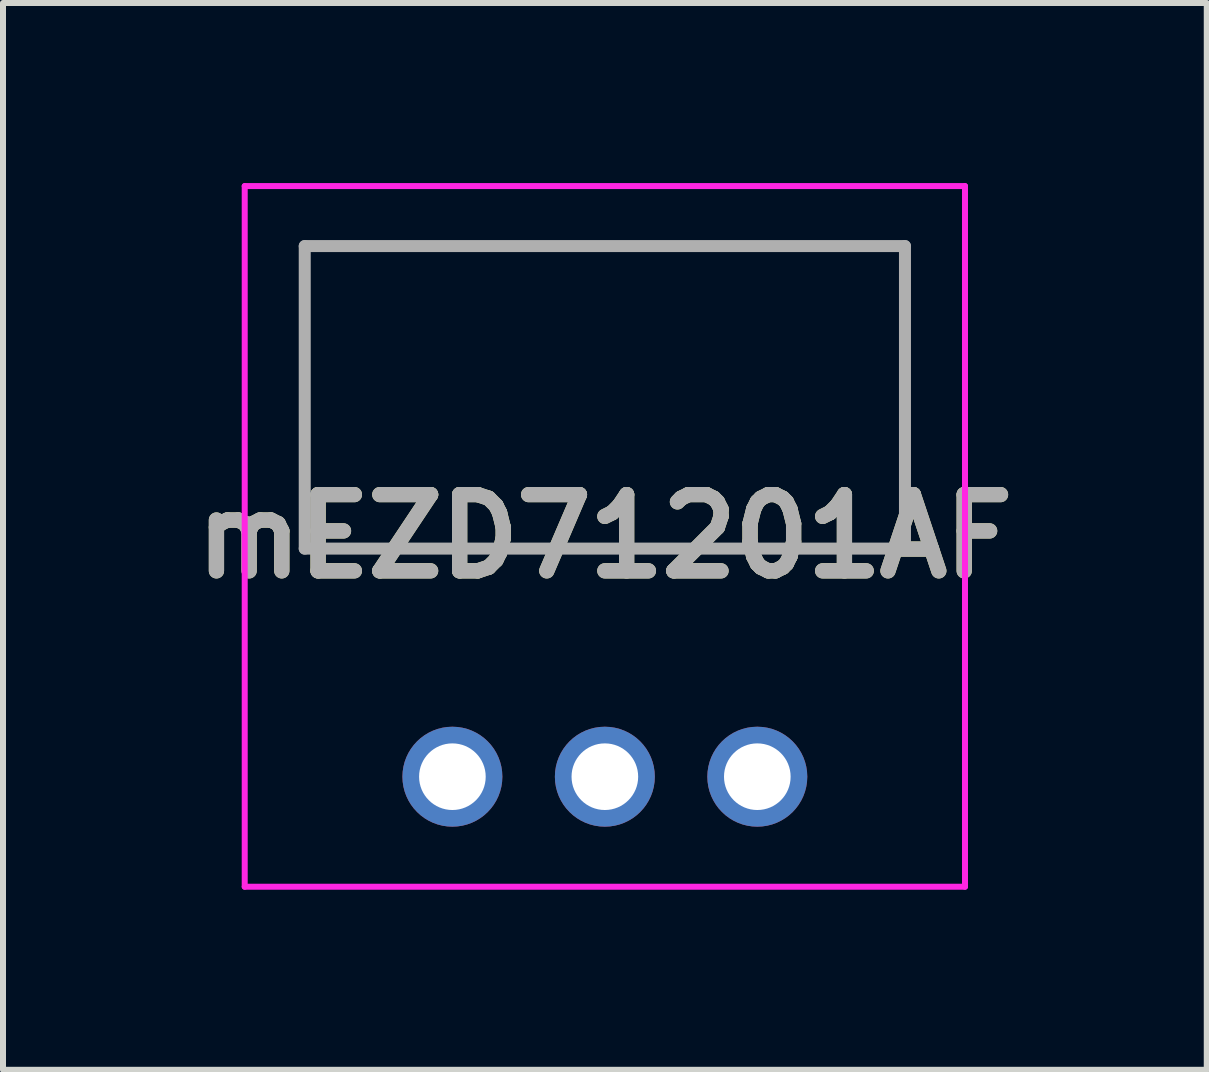
<source format=kicad_pcb>
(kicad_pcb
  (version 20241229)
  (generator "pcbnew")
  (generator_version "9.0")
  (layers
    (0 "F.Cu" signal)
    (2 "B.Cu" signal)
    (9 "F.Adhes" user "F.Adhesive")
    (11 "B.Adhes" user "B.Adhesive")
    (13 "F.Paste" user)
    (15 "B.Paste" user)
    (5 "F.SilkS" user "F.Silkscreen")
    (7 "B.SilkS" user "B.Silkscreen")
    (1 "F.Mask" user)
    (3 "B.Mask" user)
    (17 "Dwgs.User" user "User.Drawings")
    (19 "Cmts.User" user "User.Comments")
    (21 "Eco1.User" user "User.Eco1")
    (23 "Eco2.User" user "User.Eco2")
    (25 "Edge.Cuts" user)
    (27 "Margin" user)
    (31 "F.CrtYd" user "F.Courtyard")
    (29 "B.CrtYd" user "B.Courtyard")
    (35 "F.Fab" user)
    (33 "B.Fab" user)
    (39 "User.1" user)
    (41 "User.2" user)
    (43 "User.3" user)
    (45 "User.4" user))
  (footprint "mEZD71201AF"
    (layer "F.Cu")
    (at 4.487 9.89)
    (property "Reference" "mEZD71201AF" (at 2.54 -4.004 0) (layer "F.SilkS") (effects (font (size 1.27 1.27) (thickness 0.254))))
    (attr through_hole)
    (fp_line (start -2.46 -8.84) (end 7.54 -8.84) (stroke (width 0.1) (type solid)) (layer "F.SilkS"))
    (fp_line (start -2.46 -3.8) (end -2.46 -8.84) (stroke (width 0.1) (type solid)) (layer "F.SilkS"))
    (fp_line (start 7.54 -8.84) (end 7.54 -3.8) (stroke (width 0.1) (type solid)) (layer "F.SilkS"))
    (fp_line (start 7.54 -3.8) (end -2.46 -3.8) (stroke (width 0.1) (type solid)) (layer "F.SilkS"))
    (fp_line (start -3.46 -9.84) (end 8.54 -9.84) (stroke (width 0.1) (type solid)) (layer "F.CrtYd"))
    (fp_line (start -3.46 1.833) (end -3.46 -9.84) (stroke (width 0.1) (type solid)) (layer "F.CrtYd"))
    (fp_line (start 8.54 -9.84) (end 8.54 1.833) (stroke (width 0.1) (type solid)) (layer "F.CrtYd"))
    (fp_line (start 8.54 1.833) (end -3.46 1.833) (stroke (width 0.1) (type solid)) (layer "F.CrtYd"))
    (fp_line (start -2.46 -8.84) (end 7.54 -8.84) (stroke (width 0.2) (type solid)) (layer "F.Fab"))
    (fp_line (start -2.46 -3.8) (end -2.46 -8.84) (stroke (width 0.2) (type solid)) (layer "F.Fab"))
    (fp_line (start 7.54 -8.84) (end 7.54 -3.8) (stroke (width 0.2) (type solid)) (layer "F.Fab"))
    (fp_line (start 7.54 -3.8) (end -2.46 -3.8) (stroke (width 0.2) (type solid)) (layer "F.Fab"))
    (fp_text user "${REFERENCE}" (at 2.54 -4.004 0) (layer "F.Fab") (effects (font (size 1.27 1.27) (thickness 0.254))))
    (pad "1" thru_hole circle (at 0 0) (size 1.665 1.665) (drill 1.11) (layers "*.Cu" "*.Mask"))
    (pad "2" thru_hole circle (at 2.54 0) (size 1.665 1.665) (drill 1.11) (layers "*.Cu" "*.Mask"))
    (pad "3" thru_hole circle (at 5.08 0) (size 1.665 1.665) (drill 1.11) (layers "*.Cu" "*.Mask")))
  (gr_rect
    (start -3 -3)
    (end 17.055 14.773)
    (stroke (width 0.1) (type default))
    (fill no)
    (layer "Edge.Cuts")))
</source>
